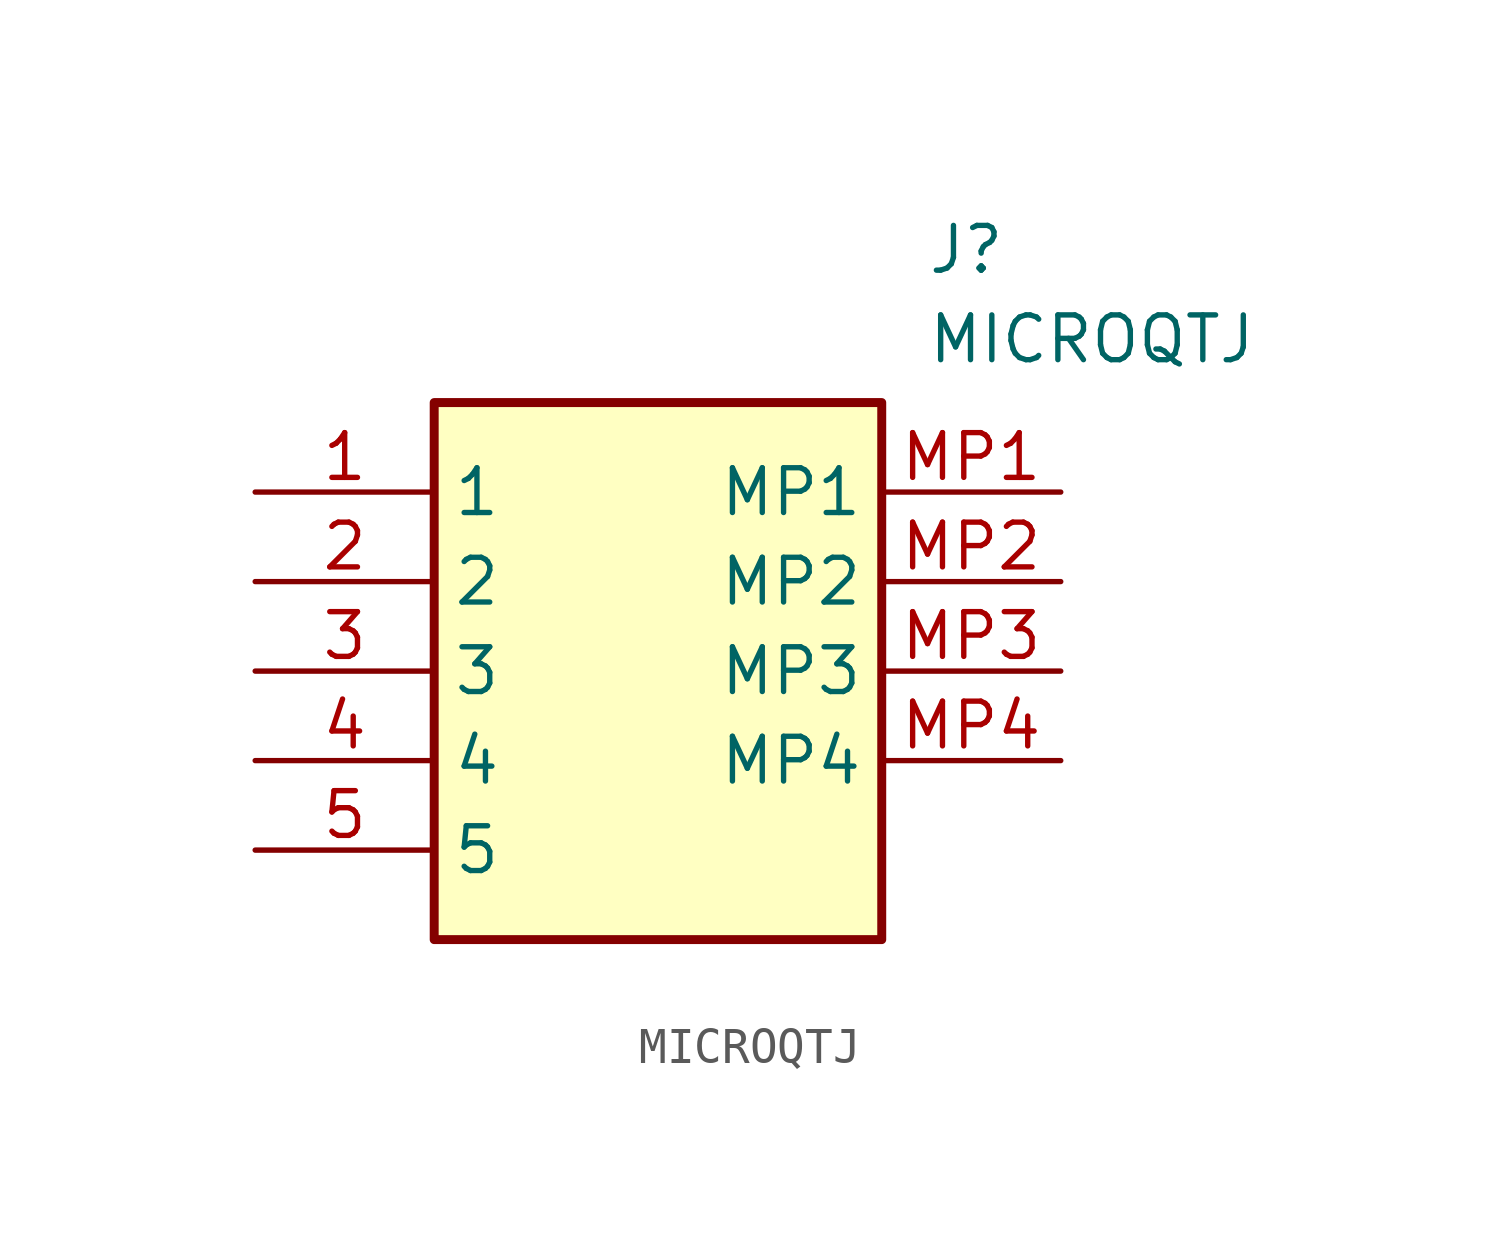
<source format=kicad_sym>
(kicad_symbol_lib
  (version 20211014)
  (generator SamacSys_ECAD_Model)
  (symbol "MICROQTJ"
    (property "Reference" "J"
      (at 19.05 7.62 0)
      (effects (font (size 1.27 1.27)) (justify left top)))
    (property "Value" "MICROQTJ"
      (at 19.05 5.08 0)
      (effects (font (size 1.27 1.27)) (justify left top)))
    (rectangle
      (start 5.08 2.54)
      (end 17.78 -12.7)
      (stroke (width 0.254) (type default))
      (fill (type background)))
    (pin passive line
      (at 0 0 0)
      (length 5.08)
      (name "1" (effects (font (size 1.27 1.27))))
      (number "1" (effects (font (size 1.27 1.27)))))
    (pin passive line
      (at 0 -2.54 0)
      (length 5.08)
      (name "2" (effects (font (size 1.27 1.27))))
      (number "2" (effects (font (size 1.27 1.27)))))
    (pin passive line
      (at 0 -5.08 0)
      (length 5.08)
      (name "3" (effects (font (size 1.27 1.27))))
      (number "3" (effects (font (size 1.27 1.27)))))
    (pin passive line
      (at 0 -7.62 0)
      (length 5.08)
      (name "4" (effects (font (size 1.27 1.27))))
      (number "4" (effects (font (size 1.27 1.27)))))
    (pin passive line
      (at 0 -10.16 0)
      (length 5.08)
      (name "5" (effects (font (size 1.27 1.27))))
      (number "5" (effects (font (size 1.27 1.27)))))
    (pin passive line
      (at 22.86 0 180)
      (length 5.08)
      (name "MP1" (effects (font (size 1.27 1.27))))
      (number "MP1" (effects (font (size 1.27 1.27)))))
    (pin passive line
      (at 22.86 -2.54 180)
      (length 5.08)
      (name "MP2" (effects (font (size 1.27 1.27))))
      (number "MP2" (effects (font (size 1.27 1.27)))))
    (pin passive line
      (at 22.86 -5.08 180)
      (length 5.08)
      (name "MP3" (effects (font (size 1.27 1.27))))
      (number "MP3" (effects (font (size 1.27 1.27)))))
    (pin passive line
      (at 22.86 -7.62 180)
      (length 5.08)
      (name "MP4" (effects (font (size 1.27 1.27))))
      (number "MP4" (effects (font (size 1.27 1.27)))))))
</source>
